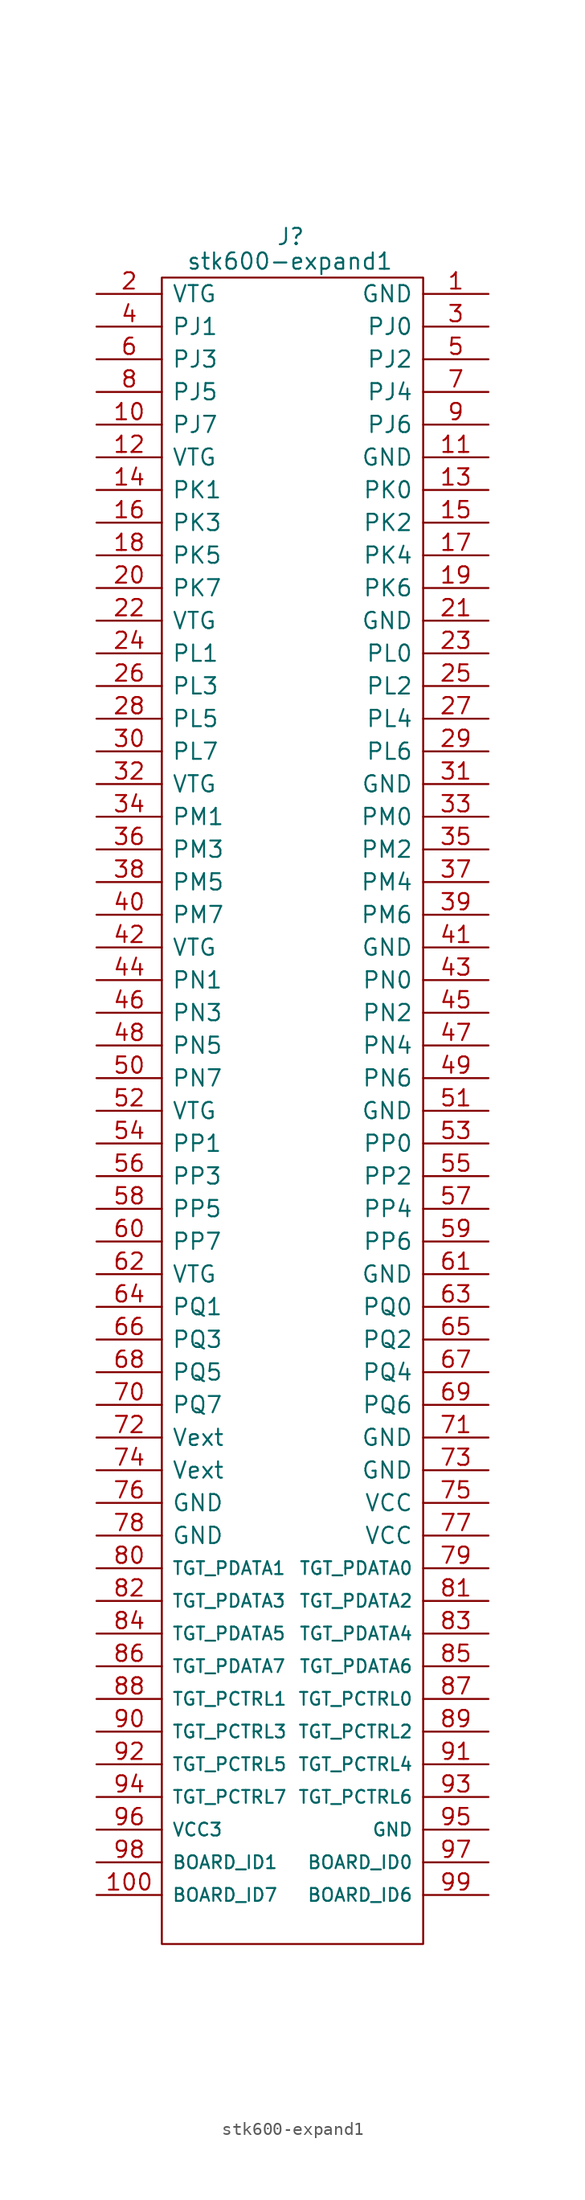
<source format=kicad_sym>
(kicad_symbol_lib
  (version 20211014)
  (generator kicad_symbol_editor)
  (symbol "stk600-expand1"
    (pin_names
      (offset 0.762))
    (property "Reference" "J"
      (at 13.97 4.445 0)
      (effects (font (size 1.27 1.27)) (justify left)))
    (property "Value" "stk600-expand1"
      (at 6.985 2.54 0)
      (effects (font (size 1.27 1.27)) (justify left)))
    (symbol "stk600-expand1_0_0"
      (pin passive line (at 30.48 0 180) (length 5.08) (name "GND" (effects (font (size 1.27 1.27)))) (number "1" (effects (font (size 1.27 1.27)))))
      (pin passive line (at 0 -10.16 0) (length 5.08) (name "PJ7" (effects (font (size 1.27 1.27)))) (number "10" (effects (font (size 1.27 1.27)))))
      (pin passive line (at 0 -124.46 0) (length 5.08) (name "BOARD_ID7" (effects (font (size 1 1)))) (number "100" (effects (font (size 1.27 1.27)))))
      (pin passive line (at 30.48 -12.7 180) (length 5.08) (name "GND" (effects (font (size 1.27 1.27)))) (number "11" (effects (font (size 1.27 1.27)))))
      (pin passive line (at 0 -12.7 0) (length 5.08) (name "VTG" (effects (font (size 1.27 1.27)))) (number "12" (effects (font (size 1.27 1.27)))))
      (pin passive line (at 30.48 -15.24 180) (length 5.08) (name "PK0" (effects (font (size 1.27 1.27)))) (number "13" (effects (font (size 1.27 1.27)))))
      (pin passive line (at 0 -15.24 0) (length 5.08) (name "PK1" (effects (font (size 1.27 1.27)))) (number "14" (effects (font (size 1.27 1.27)))))
      (pin passive line (at 30.48 -17.78 180) (length 5.08) (name "PK2" (effects (font (size 1.27 1.27)))) (number "15" (effects (font (size 1.27 1.27)))))
      (pin passive line (at 0 -17.78 0) (length 5.08) (name "PK3" (effects (font (size 1.27 1.27)))) (number "16" (effects (font (size 1.27 1.27)))))
      (pin passive line (at 30.48 -20.32 180) (length 5.08) (name "PK4" (effects (font (size 1.27 1.27)))) (number "17" (effects (font (size 1.27 1.27)))))
      (pin passive line (at 0 -20.32 0) (length 5.08) (name "PK5" (effects (font (size 1.27 1.27)))) (number "18" (effects (font (size 1.27 1.27)))))
      (pin passive line (at 30.48 -22.86 180) (length 5.08) (name "PK6" (effects (font (size 1.27 1.27)))) (number "19" (effects (font (size 1.27 1.27)))))
      (pin passive line (at 0 0 0) (length 5.08) (name "VTG" (effects (font (size 1.27 1.27)))) (number "2" (effects (font (size 1.27 1.27)))))
      (pin passive line (at 0 -22.86 0) (length 5.08) (name "PK7" (effects (font (size 1.27 1.27)))) (number "20" (effects (font (size 1.27 1.27)))))
      (pin passive line (at 30.48 -25.4 180) (length 5.08) (name "GND" (effects (font (size 1.27 1.27)))) (number "21" (effects (font (size 1.27 1.27)))))
      (pin passive line (at 0 -25.4 0) (length 5.08) (name "VTG" (effects (font (size 1.27 1.27)))) (number "22" (effects (font (size 1.27 1.27)))))
      (pin passive line (at 30.48 -27.94 180) (length 5.08) (name "PL0" (effects (font (size 1.27 1.27)))) (number "23" (effects (font (size 1.27 1.27)))))
      (pin passive line (at 0 -27.94 0) (length 5.08) (name "PL1" (effects (font (size 1.27 1.27)))) (number "24" (effects (font (size 1.27 1.27)))))
      (pin passive line (at 30.48 -30.48 180) (length 5.08) (name "PL2" (effects (font (size 1.27 1.27)))) (number "25" (effects (font (size 1.27 1.27)))))
      (pin passive line (at 0 -30.48 0) (length 5.08) (name "PL3" (effects (font (size 1.27 1.27)))) (number "26" (effects (font (size 1.27 1.27)))))
      (pin passive line (at 30.48 -33.02 180) (length 5.08) (name "PL4" (effects (font (size 1.27 1.27)))) (number "27" (effects (font (size 1.27 1.27)))))
      (pin passive line (at 0 -33.02 0) (length 5.08) (name "PL5" (effects (font (size 1.27 1.27)))) (number "28" (effects (font (size 1.27 1.27)))))
      (pin passive line (at 30.48 -35.56 180) (length 5.08) (name "PL6" (effects (font (size 1.27 1.27)))) (number "29" (effects (font (size 1.27 1.27)))))
      (pin passive line (at 30.48 -2.54 180) (length 5.08) (name "PJ0" (effects (font (size 1.27 1.27)))) (number "3" (effects (font (size 1.27 1.27)))))
      (pin passive line (at 0 -35.56 0) (length 5.08) (name "PL7" (effects (font (size 1.27 1.27)))) (number "30" (effects (font (size 1.27 1.27)))))
      (pin passive line (at 30.48 -38.1 180) (length 5.08) (name "GND" (effects (font (size 1.27 1.27)))) (number "31" (effects (font (size 1.27 1.27)))))
      (pin passive line (at 0 -38.1 0) (length 5.08) (name "VTG" (effects (font (size 1.27 1.27)))) (number "32" (effects (font (size 1.27 1.27)))))
      (pin passive line (at 30.48 -40.64 180) (length 5.08) (name "PM0" (effects (font (size 1.27 1.27)))) (number "33" (effects (font (size 1.27 1.27)))))
      (pin passive line (at 0 -40.64 0) (length 5.08) (name "PM1" (effects (font (size 1.27 1.27)))) (number "34" (effects (font (size 1.27 1.27)))))
      (pin passive line (at 30.48 -43.18 180) (length 5.08) (name "PM2" (effects (font (size 1.27 1.27)))) (number "35" (effects (font (size 1.27 1.27)))))
      (pin passive line (at 0 -43.18 0) (length 5.08) (name "PM3" (effects (font (size 1.27 1.27)))) (number "36" (effects (font (size 1.27 1.27)))))
      (pin passive line (at 30.48 -45.72 180) (length 5.08) (name "PM4" (effects (font (size 1.27 1.27)))) (number "37" (effects (font (size 1.27 1.27)))))
      (pin passive line (at 0 -45.72 0) (length 5.08) (name "PM5" (effects (font (size 1.27 1.27)))) (number "38" (effects (font (size 1.27 1.27)))))
      (pin passive line (at 30.48 -48.26 180) (length 5.08) (name "PM6" (effects (font (size 1.27 1.27)))) (number "39" (effects (font (size 1.27 1.27)))))
      (pin passive line (at 0 -2.54 0) (length 5.08) (name "PJ1" (effects (font (size 1.27 1.27)))) (number "4" (effects (font (size 1.27 1.27)))))
      (pin passive line (at 0 -48.26 0) (length 5.08) (name "PM7" (effects (font (size 1.27 1.27)))) (number "40" (effects (font (size 1.27 1.27)))))
      (pin passive line (at 30.48 -50.8 180) (length 5.08) (name "GND" (effects (font (size 1.27 1.27)))) (number "41" (effects (font (size 1.27 1.27)))))
      (pin passive line (at 0 -50.8 0) (length 5.08) (name "VTG" (effects (font (size 1.27 1.27)))) (number "42" (effects (font (size 1.27 1.27)))))
      (pin passive line (at 30.48 -53.34 180) (length 5.08) (name "PN0" (effects (font (size 1.27 1.27)))) (number "43" (effects (font (size 1.27 1.27)))))
      (pin passive line (at 0 -53.34 0) (length 5.08) (name "PN1" (effects (font (size 1.27 1.27)))) (number "44" (effects (font (size 1.27 1.27)))))
      (pin passive line (at 30.48 -55.88 180) (length 5.08) (name "PN2" (effects (font (size 1.27 1.27)))) (number "45" (effects (font (size 1.27 1.27)))))
      (pin passive line (at 0 -55.88 0) (length 5.08) (name "PN3" (effects (font (size 1.27 1.27)))) (number "46" (effects (font (size 1.27 1.27)))))
      (pin passive line (at 30.48 -58.42 180) (length 5.08) (name "PN4" (effects (font (size 1.27 1.27)))) (number "47" (effects (font (size 1.27 1.27)))))
      (pin passive line (at 0 -58.42 0) (length 5.08) (name "PN5" (effects (font (size 1.27 1.27)))) (number "48" (effects (font (size 1.27 1.27)))))
      (pin passive line (at 30.48 -60.96 180) (length 5.08) (name "PN6" (effects (font (size 1.27 1.27)))) (number "49" (effects (font (size 1.27 1.27)))))
      (pin passive line (at 30.48 -5.08 180) (length 5.08) (name "PJ2" (effects (font (size 1.27 1.27)))) (number "5" (effects (font (size 1.27 1.27)))))
      (pin passive line (at 0 -60.96 0) (length 5.08) (name "PN7" (effects (font (size 1.27 1.27)))) (number "50" (effects (font (size 1.27 1.27)))))
      (pin passive line (at 30.48 -63.5 180) (length 5.08) (name "GND" (effects (font (size 1.27 1.27)))) (number "51" (effects (font (size 1.27 1.27)))))
      (pin passive line (at 0 -63.5 0) (length 5.08) (name "VTG" (effects (font (size 1.27 1.27)))) (number "52" (effects (font (size 1.27 1.27)))))
      (pin passive line (at 30.48 -66.04 180) (length 5.08) (name "PP0" (effects (font (size 1.27 1.27)))) (number "53" (effects (font (size 1.27 1.27)))))
      (pin passive line (at 0 -66.04 0) (length 5.08) (name "PP1" (effects (font (size 1.27 1.27)))) (number "54" (effects (font (size 1.27 1.27)))))
      (pin passive line (at 30.48 -68.58 180) (length 5.08) (name "PP2" (effects (font (size 1.27 1.27)))) (number "55" (effects (font (size 1.27 1.27)))))
      (pin passive line (at 0 -68.58 0) (length 5.08) (name "PP3" (effects (font (size 1.27 1.27)))) (number "56" (effects (font (size 1.27 1.27)))))
      (pin passive line (at 30.48 -71.12 180) (length 5.08) (name "PP4" (effects (font (size 1.27 1.27)))) (number "57" (effects (font (size 1.27 1.27)))))
      (pin passive line (at 0 -71.12 0) (length 5.08) (name "PP5" (effects (font (size 1.27 1.27)))) (number "58" (effects (font (size 1.27 1.27)))))
      (pin passive line (at 30.48 -73.66 180) (length 5.08) (name "PP6" (effects (font (size 1.27 1.27)))) (number "59" (effects (font (size 1.27 1.27)))))
      (pin passive line (at 0 -5.08 0) (length 5.08) (name "PJ3" (effects (font (size 1.27 1.27)))) (number "6" (effects (font (size 1.27 1.27)))))
      (pin passive line (at 0 -73.66 0) (length 5.08) (name "PP7" (effects (font (size 1.27 1.27)))) (number "60" (effects (font (size 1.27 1.27)))))
      (pin passive line (at 30.48 -76.2 180) (length 5.08) (name "GND" (effects (font (size 1.27 1.27)))) (number "61" (effects (font (size 1.27 1.27)))))
      (pin passive line (at 0 -76.2 0) (length 5.08) (name "VTG" (effects (font (size 1.27 1.27)))) (number "62" (effects (font (size 1.27 1.27)))))
      (pin passive line (at 30.48 -78.74 180) (length 5.08) (name "PQ0" (effects (font (size 1.27 1.27)))) (number "63" (effects (font (size 1.27 1.27)))))
      (pin passive line (at 0 -78.74 0) (length 5.08) (name "PQ1" (effects (font (size 1.27 1.27)))) (number "64" (effects (font (size 1.27 1.27)))))
      (pin passive line (at 30.48 -81.28 180) (length 5.08) (name "PQ2" (effects (font (size 1.27 1.27)))) (number "65" (effects (font (size 1.27 1.27)))))
      (pin passive line (at 0 -81.28 0) (length 5.08) (name "PQ3" (effects (font (size 1.27 1.27)))) (number "66" (effects (font (size 1.27 1.27)))))
      (pin passive line (at 30.48 -83.82 180) (length 5.08) (name "PQ4" (effects (font (size 1.27 1.27)))) (number "67" (effects (font (size 1.27 1.27)))))
      (pin passive line (at 0 -83.82 0) (length 5.08) (name "PQ5" (effects (font (size 1.27 1.27)))) (number "68" (effects (font (size 1.27 1.27)))))
      (pin passive line (at 30.48 -86.36 180) (length 5.08) (name "PQ6" (effects (font (size 1.27 1.27)))) (number "69" (effects (font (size 1.27 1.27)))))
      (pin passive line (at 30.48 -7.62 180) (length 5.08) (name "PJ4" (effects (font (size 1.27 1.27)))) (number "7" (effects (font (size 1.27 1.27)))))
      (pin passive line (at 0 -86.36 0) (length 5.08) (name "PQ7" (effects (font (size 1.27 1.27)))) (number "70" (effects (font (size 1.27 1.27)))))
      (pin passive line (at 30.48 -88.9 180) (length 5.08) (name "GND" (effects (font (size 1.27 1.27)))) (number "71" (effects (font (size 1.27 1.27)))))
      (pin passive line (at 0 -88.9 0) (length 5.08) (name "Vext" (effects (font (size 1.27 1.27)))) (number "72" (effects (font (size 1.27 1.27)))))
      (pin passive line (at 30.48 -91.44 180) (length 5.08) (name "GND" (effects (font (size 1.27 1.27)))) (number "73" (effects (font (size 1.27 1.27)))))
      (pin passive line (at 0 -91.44 0) (length 5.08) (name "Vext" (effects (font (size 1.27 1.27)))) (number "74" (effects (font (size 1.27 1.27)))))
      (pin passive line (at 30.48 -93.98 180) (length 5.08) (name "VCC" (effects (font (size 1.27 1.27)))) (number "75" (effects (font (size 1.27 1.27)))))
      (pin passive line (at 0 -93.98 0) (length 5.08) (name "GND" (effects (font (size 1.27 1.27)))) (number "76" (effects (font (size 1.27 1.27)))))
      (pin passive line (at 30.48 -96.52 180) (length 5.08) (name "VCC" (effects (font (size 1.27 1.27)))) (number "77" (effects (font (size 1.27 1.27)))))
      (pin passive line (at 0 -96.52 0) (length 5.08) (name "GND" (effects (font (size 1.27 1.27)))) (number "78" (effects (font (size 1.27 1.27)))))
      (pin passive line (at 30.48 -99.06 180) (length 5.08) (name "TGT_PDATA0" (effects (font (size 1 1)))) (number "79" (effects (font (size 1.27 1.27)))))
      (pin passive line (at 0 -7.62 0) (length 5.08) (name "PJ5" (effects (font (size 1.27 1.27)))) (number "8" (effects (font (size 1.27 1.27)))))
      (pin passive line (at 0 -99.06 0) (length 5.08) (name "TGT_PDATA1" (effects (font (size 1 1)))) (number "80" (effects (font (size 1.27 1.27)))))
      (pin passive line (at 30.48 -101.6 180) (length 5.08) (name "TGT_PDATA2" (effects (font (size 1 1)))) (number "81" (effects (font (size 1.27 1.27)))))
      (pin passive line (at 0 -101.6 0) (length 5.08) (name "TGT_PDATA3" (effects (font (size 1 1)))) (number "82" (effects (font (size 1.27 1.27)))))
      (pin passive line (at 30.48 -104.14 180) (length 5.08) (name "TGT_PDATA4" (effects (font (size 1 1)))) (number "83" (effects (font (size 1.27 1.27)))))
      (pin passive line (at 0 -104.14 0) (length 5.08) (name "TGT_PDATA5" (effects (font (size 1 1)))) (number "84" (effects (font (size 1.27 1.27)))))
      (pin passive line (at 30.48 -106.68 180) (length 5.08) (name "TGT_PDATA6" (effects (font (size 1 1)))) (number "85" (effects (font (size 1.27 1.27)))))
      (pin passive line (at 0 -106.68 0) (length 5.08) (name "TGT_PDATA7" (effects (font (size 1 1)))) (number "86" (effects (font (size 1.27 1.27)))))
      (pin passive line (at 30.48 -109.22 180) (length 5.08) (name "TGT_PCTRL0" (effects (font (size 1 1)))) (number "87" (effects (font (size 1.27 1.27)))))
      (pin passive line (at 0 -109.22 0) (length 5.08) (name "TGT_PCTRL1" (effects (font (size 1 1)))) (number "88" (effects (font (size 1.27 1.27)))))
      (pin passive line (at 30.48 -111.76 180) (length 5.08) (name "TGT_PCTRL2" (effects (font (size 1 1)))) (number "89" (effects (font (size 1.27 1.27)))))
      (pin passive line (at 30.48 -10.16 180) (length 5.08) (name "PJ6" (effects (font (size 1.27 1.27)))) (number "9" (effects (font (size 1.27 1.27)))))
      (pin passive line (at 0 -111.76 0) (length 5.08) (name "TGT_PCTRL3" (effects (font (size 1 1)))) (number "90" (effects (font (size 1.27 1.27)))))
      (pin passive line (at 30.48 -114.3 180) (length 5.08) (name "TGT_PCTRL4" (effects (font (size 1 1)))) (number "91" (effects (font (size 1.27 1.27)))))
      (pin passive line (at 0 -114.3 0) (length 5.08) (name "TGT_PCTRL5" (effects (font (size 1 1)))) (number "92" (effects (font (size 1.27 1.27)))))
      (pin passive line (at 30.48 -116.84 180) (length 5.08) (name "TGT_PCTRL6" (effects (font (size 1 1)))) (number "93" (effects (font (size 1.27 1.27)))))
      (pin passive line (at 0 -116.84 0) (length 5.08) (name "TGT_PCTRL7" (effects (font (size 1 1)))) (number "94" (effects (font (size 1.27 1.27)))))
      (pin passive line (at 30.48 -119.38 180) (length 5.08) (name "GND" (effects (font (size 1 1)))) (number "95" (effects (font (size 1.27 1.27)))))
      (pin passive line (at 0 -119.38 0) (length 5.08) (name "VCC3" (effects (font (size 1 1)))) (number "96" (effects (font (size 1.27 1.27)))))
      (pin passive line (at 30.48 -121.92 180) (length 5.08) (name "BOARD_ID0" (effects (font (size 1 1)))) (number "97" (effects (font (size 1.27 1.27)))))
      (pin passive line (at 0 -121.92 0) (length 5.08) (name "BOARD_ID1" (effects (font (size 1 1)))) (number "98" (effects (font (size 1.27 1.27)))))
      (pin passive line (at 30.48 -124.46 180) (length 5.08) (name "BOARD_ID6" (effects (font (size 1 1)))) (number "99" (effects (font (size 1.27 1.27))))))
    (symbol "stk600-expand1_0_1"
      (polyline (pts (xy 5.08 1.27) (xy 25.4 1.27) (xy 25.4 -128.27) (xy 5.08 -128.27) (xy 5.08 1.27)) (stroke (width 0.152) (type default) (color 0 0 0 0)) (fill (type none))))))
</source>
